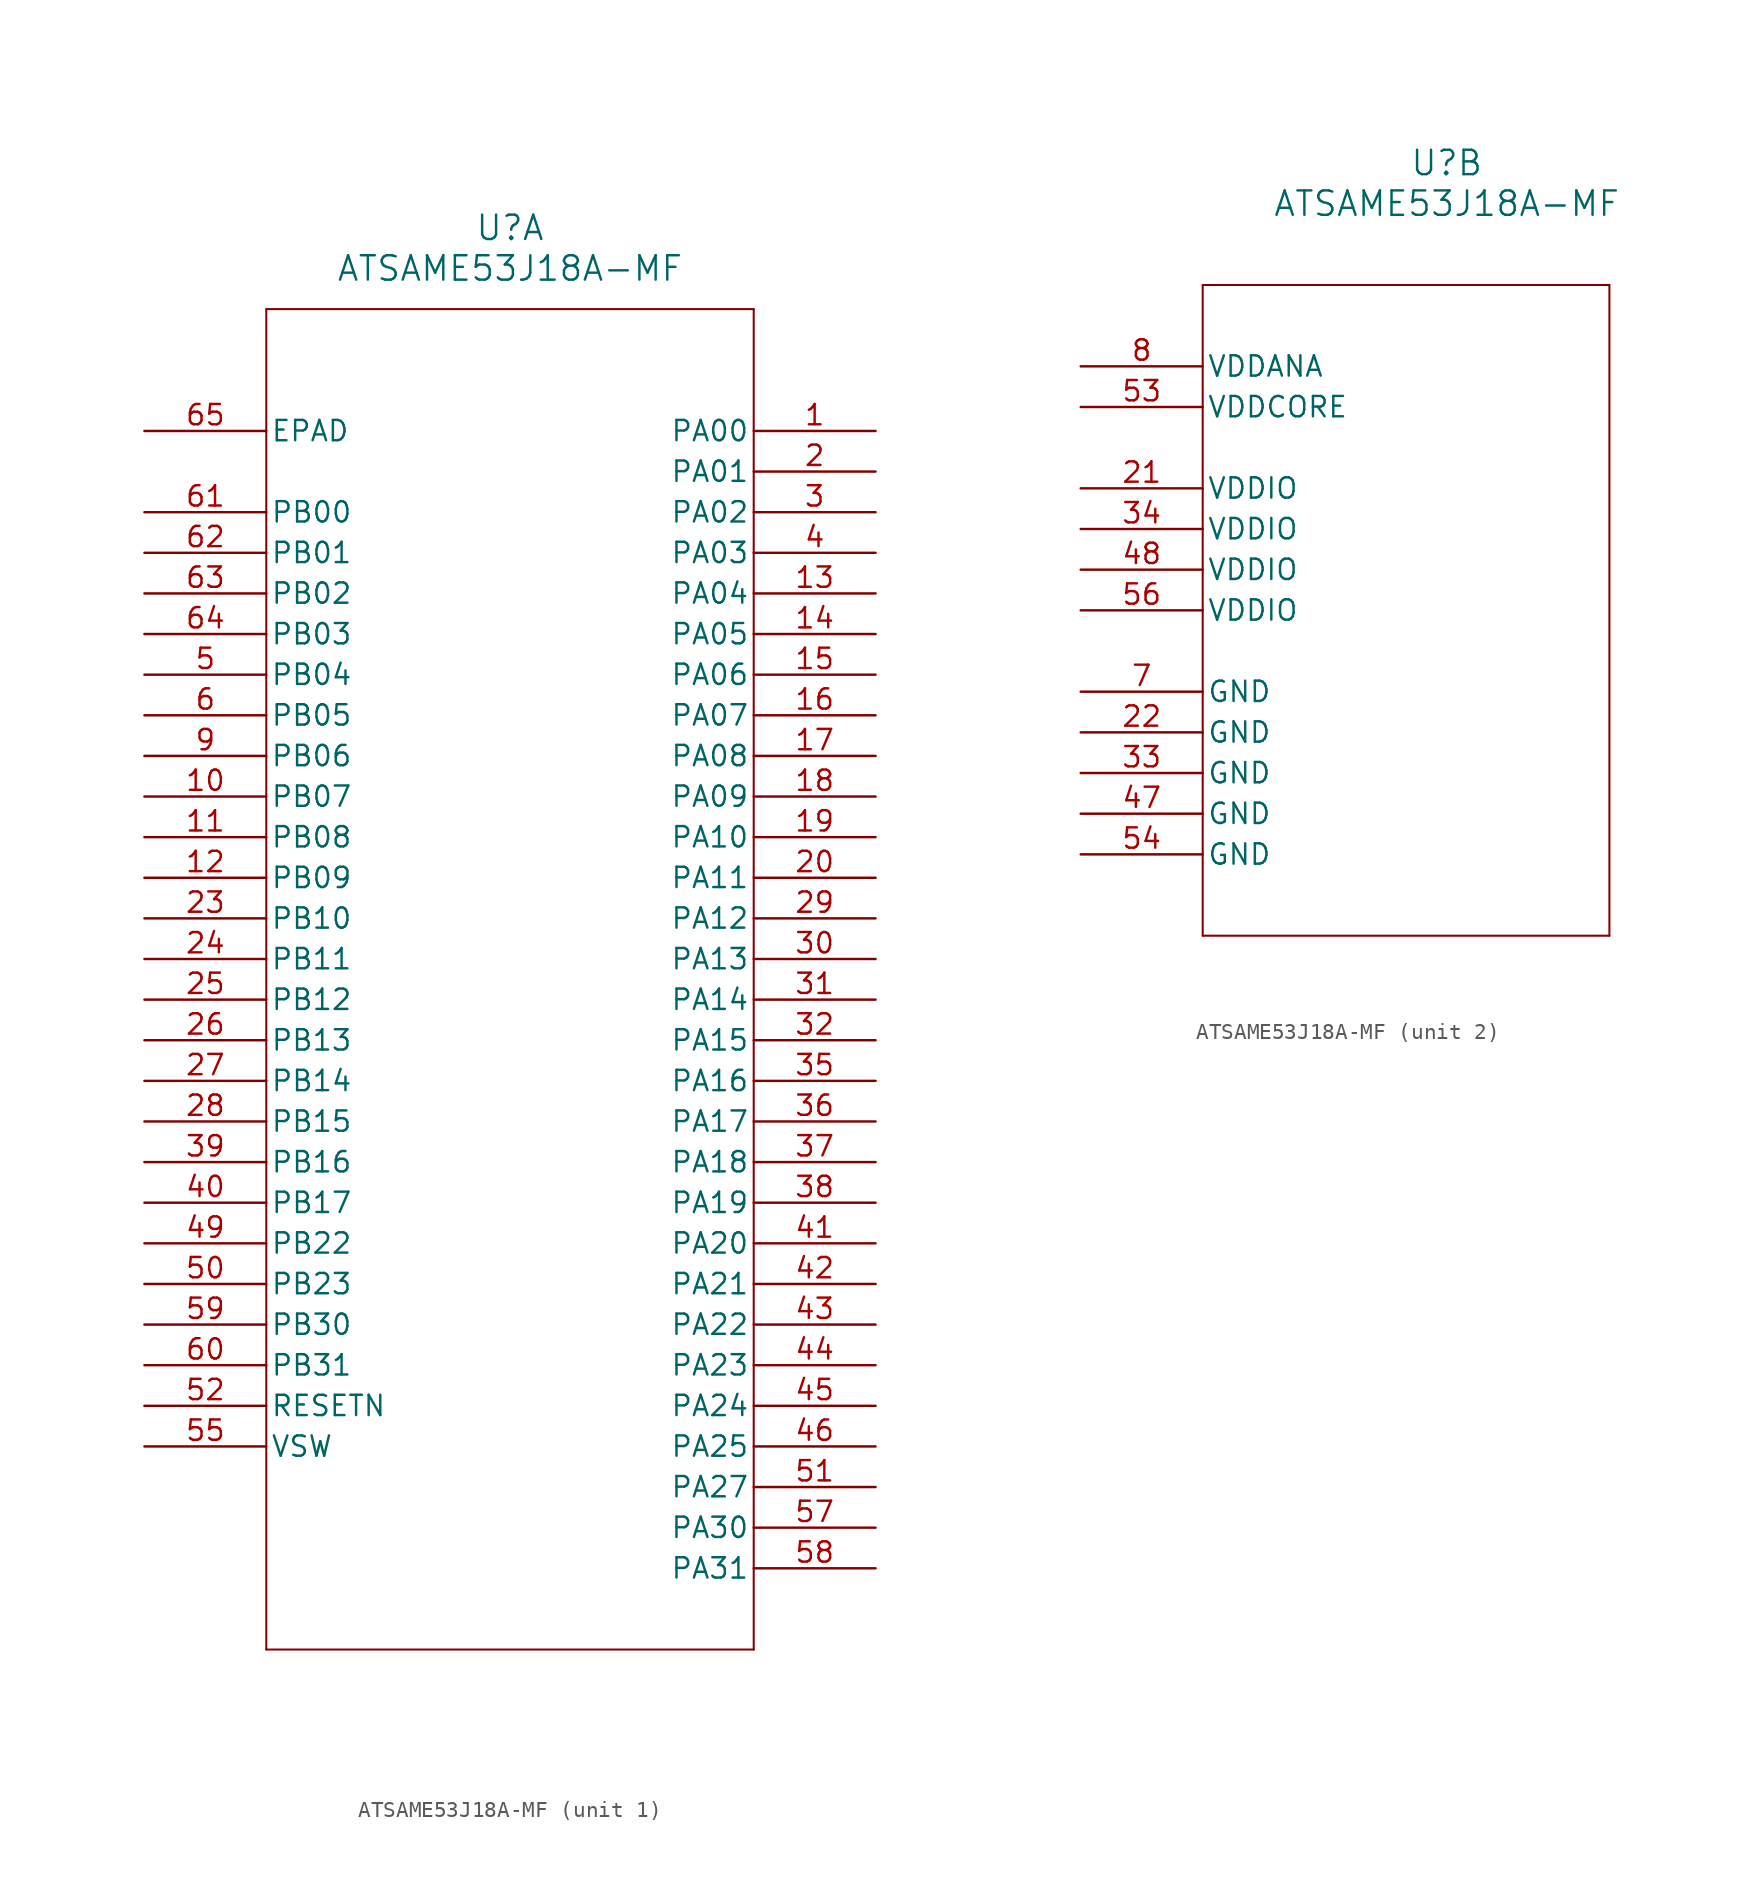
<source format=kicad_sym>
(kicad_symbol_lib
  (version 20211014)
  (generator kicad_symbol_editor)
  (symbol "ATSAME53J18A-MF"
    (pin_names
      (offset 0.254))
    (property "Reference" "U"
      (at 22.86 12.7 0)
      (effects (font (size 1.524 1.524))))
    (property "Value" "ATSAME53J18A-MF"
      (at 22.86 10.16 0)
      (effects (font (size 1.524 1.524))))
    (symbol "ATSAME53J18A-MF_1_1"
      (polyline (pts (xy 7.62 7.62) (xy 7.62 -76.2)) (stroke (width 0.127) (type default) (color 0 0 0 0)) (fill (type none)))
      (polyline (pts (xy 7.62 -76.2) (xy 38.1 -76.2)) (stroke (width 0.127) (type default) (color 0 0 0 0)) (fill (type none)))
      (polyline (pts (xy 38.1 -76.2) (xy 38.1 7.62)) (stroke (width 0.127) (type default) (color 0 0 0 0)) (fill (type none)))
      (polyline (pts (xy 38.1 7.62) (xy 7.62 7.62)) (stroke (width 0.127) (type default) (color 0 0 0 0)) (fill (type none)))
      (pin bidirectional line (at 45.72 0 180) (length 7.62) (name "PA00" (effects (font (size 1.27 1.27)))) (number "1" (effects (font (size 1.27 1.27)))))
      (pin bidirectional line (at 45.72 -2.54 180) (length 7.62) (name "PA01" (effects (font (size 1.27 1.27)))) (number "2" (effects (font (size 1.27 1.27)))))
      (pin bidirectional line (at 45.72 -5.08 180) (length 7.62) (name "PA02" (effects (font (size 1.27 1.27)))) (number "3" (effects (font (size 1.27 1.27)))))
      (pin bidirectional line (at 45.72 -7.62 180) (length 7.62) (name "PA03" (effects (font (size 1.27 1.27)))) (number "4" (effects (font (size 1.27 1.27)))))
      (pin bidirectional line (at 0 -15.24 0) (length 7.62) (name "PB04" (effects (font (size 1.27 1.27)))) (number "5" (effects (font (size 1.27 1.27)))))
      (pin bidirectional line (at 0 -17.78 0) (length 7.62) (name "PB05" (effects (font (size 1.27 1.27)))) (number "6" (effects (font (size 1.27 1.27)))))
      (pin bidirectional line (at 0 -20.32 0) (length 7.62) (name "PB06" (effects (font (size 1.27 1.27)))) (number "9" (effects (font (size 1.27 1.27)))))
      (pin bidirectional line (at 0 -22.86 0) (length 7.62) (name "PB07" (effects (font (size 1.27 1.27)))) (number "10" (effects (font (size 1.27 1.27)))))
      (pin bidirectional line (at 0 -25.4 0) (length 7.62) (name "PB08" (effects (font (size 1.27 1.27)))) (number "11" (effects (font (size 1.27 1.27)))))
      (pin bidirectional line (at 0 -27.94 0) (length 7.62) (name "PB09" (effects (font (size 1.27 1.27)))) (number "12" (effects (font (size 1.27 1.27)))))
      (pin bidirectional line (at 45.72 -10.16 180) (length 7.62) (name "PA04" (effects (font (size 1.27 1.27)))) (number "13" (effects (font (size 1.27 1.27)))))
      (pin bidirectional line (at 45.72 -12.7 180) (length 7.62) (name "PA05" (effects (font (size 1.27 1.27)))) (number "14" (effects (font (size 1.27 1.27)))))
      (pin bidirectional line (at 45.72 -15.24 180) (length 7.62) (name "PA06" (effects (font (size 1.27 1.27)))) (number "15" (effects (font (size 1.27 1.27)))))
      (pin bidirectional line (at 45.72 -17.78 180) (length 7.62) (name "PA07" (effects (font (size 1.27 1.27)))) (number "16" (effects (font (size 1.27 1.27)))))
      (pin bidirectional line (at 45.72 -20.32 180) (length 7.62) (name "PA08" (effects (font (size 1.27 1.27)))) (number "17" (effects (font (size 1.27 1.27)))))
      (pin bidirectional line (at 45.72 -22.86 180) (length 7.62) (name "PA09" (effects (font (size 1.27 1.27)))) (number "18" (effects (font (size 1.27 1.27)))))
      (pin bidirectional line (at 45.72 -25.4 180) (length 7.62) (name "PA10" (effects (font (size 1.27 1.27)))) (number "19" (effects (font (size 1.27 1.27)))))
      (pin bidirectional line (at 45.72 -27.94 180) (length 7.62) (name "PA11" (effects (font (size 1.27 1.27)))) (number "20" (effects (font (size 1.27 1.27)))))
      (pin bidirectional line (at 0 -30.48 0) (length 7.62) (name "PB10" (effects (font (size 1.27 1.27)))) (number "23" (effects (font (size 1.27 1.27)))))
      (pin bidirectional line (at 0 -33.02 0) (length 7.62) (name "PB11" (effects (font (size 1.27 1.27)))) (number "24" (effects (font (size 1.27 1.27)))))
      (pin bidirectional line (at 0 -35.56 0) (length 7.62) (name "PB12" (effects (font (size 1.27 1.27)))) (number "25" (effects (font (size 1.27 1.27)))))
      (pin bidirectional line (at 0 -38.1 0) (length 7.62) (name "PB13" (effects (font (size 1.27 1.27)))) (number "26" (effects (font (size 1.27 1.27)))))
      (pin bidirectional line (at 0 -40.64 0) (length 7.62) (name "PB14" (effects (font (size 1.27 1.27)))) (number "27" (effects (font (size 1.27 1.27)))))
      (pin bidirectional line (at 0 -43.18 0) (length 7.62) (name "PB15" (effects (font (size 1.27 1.27)))) (number "28" (effects (font (size 1.27 1.27)))))
      (pin bidirectional line (at 45.72 -30.48 180) (length 7.62) (name "PA12" (effects (font (size 1.27 1.27)))) (number "29" (effects (font (size 1.27 1.27)))))
      (pin bidirectional line (at 45.72 -33.02 180) (length 7.62) (name "PA13" (effects (font (size 1.27 1.27)))) (number "30" (effects (font (size 1.27 1.27)))))
      (pin bidirectional line (at 45.72 -35.56 180) (length 7.62) (name "PA14" (effects (font (size 1.27 1.27)))) (number "31" (effects (font (size 1.27 1.27)))))
      (pin bidirectional line (at 45.72 -38.1 180) (length 7.62) (name "PA15" (effects (font (size 1.27 1.27)))) (number "32" (effects (font (size 1.27 1.27)))))
      (pin bidirectional line (at 45.72 -40.64 180) (length 7.62) (name "PA16" (effects (font (size 1.27 1.27)))) (number "35" (effects (font (size 1.27 1.27)))))
      (pin bidirectional line (at 45.72 -43.18 180) (length 7.62) (name "PA17" (effects (font (size 1.27 1.27)))) (number "36" (effects (font (size 1.27 1.27)))))
      (pin bidirectional line (at 45.72 -45.72 180) (length 7.62) (name "PA18" (effects (font (size 1.27 1.27)))) (number "37" (effects (font (size 1.27 1.27)))))
      (pin bidirectional line (at 45.72 -48.26 180) (length 7.62) (name "PA19" (effects (font (size 1.27 1.27)))) (number "38" (effects (font (size 1.27 1.27)))))
      (pin bidirectional line (at 0 -45.72 0) (length 7.62) (name "PB16" (effects (font (size 1.27 1.27)))) (number "39" (effects (font (size 1.27 1.27)))))
      (pin bidirectional line (at 0 -48.26 0) (length 7.62) (name "PB17" (effects (font (size 1.27 1.27)))) (number "40" (effects (font (size 1.27 1.27)))))
      (pin bidirectional line (at 45.72 -50.8 180) (length 7.62) (name "PA20" (effects (font (size 1.27 1.27)))) (number "41" (effects (font (size 1.27 1.27)))))
      (pin bidirectional line (at 45.72 -53.34 180) (length 7.62) (name "PA21" (effects (font (size 1.27 1.27)))) (number "42" (effects (font (size 1.27 1.27)))))
      (pin bidirectional line (at 45.72 -55.88 180) (length 7.62) (name "PA22" (effects (font (size 1.27 1.27)))) (number "43" (effects (font (size 1.27 1.27)))))
      (pin bidirectional line (at 45.72 -58.42 180) (length 7.62) (name "PA23" (effects (font (size 1.27 1.27)))) (number "44" (effects (font (size 1.27 1.27)))))
      (pin bidirectional line (at 45.72 -60.96 180) (length 7.62) (name "PA24" (effects (font (size 1.27 1.27)))) (number "45" (effects (font (size 1.27 1.27)))))
      (pin bidirectional line (at 45.72 -63.5 180) (length 7.62) (name "PA25" (effects (font (size 1.27 1.27)))) (number "46" (effects (font (size 1.27 1.27)))))
      (pin bidirectional line (at 0 -50.8 0) (length 7.62) (name "PB22" (effects (font (size 1.27 1.27)))) (number "49" (effects (font (size 1.27 1.27)))))
      (pin bidirectional line (at 0 -53.34 0) (length 7.62) (name "PB23" (effects (font (size 1.27 1.27)))) (number "50" (effects (font (size 1.27 1.27)))))
      (pin bidirectional line (at 45.72 -66.04 180) (length 7.62) (name "PA27" (effects (font (size 1.27 1.27)))) (number "51" (effects (font (size 1.27 1.27)))))
      (pin unspecified line (at 0 -60.96 0) (length 7.62) (name "RESETN" (effects (font (size 1.27 1.27)))) (number "52" (effects (font (size 1.27 1.27)))))
      (pin unspecified line (at 0 -63.5 0) (length 7.62) (name "VSW" (effects (font (size 1.27 1.27)))) (number "55" (effects (font (size 1.27 1.27)))))
      (pin bidirectional line (at 45.72 -68.58 180) (length 7.62) (name "PA30" (effects (font (size 1.27 1.27)))) (number "57" (effects (font (size 1.27 1.27)))))
      (pin bidirectional line (at 45.72 -71.12 180) (length 7.62) (name "PA31" (effects (font (size 1.27 1.27)))) (number "58" (effects (font (size 1.27 1.27)))))
      (pin bidirectional line (at 0 -55.88 0) (length 7.62) (name "PB30" (effects (font (size 1.27 1.27)))) (number "59" (effects (font (size 1.27 1.27)))))
      (pin bidirectional line (at 0 -58.42 0) (length 7.62) (name "PB31" (effects (font (size 1.27 1.27)))) (number "60" (effects (font (size 1.27 1.27)))))
      (pin bidirectional line (at 0 -5.08 0) (length 7.62) (name "PB00" (effects (font (size 1.27 1.27)))) (number "61" (effects (font (size 1.27 1.27)))))
      (pin bidirectional line (at 0 -7.62 0) (length 7.62) (name "PB01" (effects (font (size 1.27 1.27)))) (number "62" (effects (font (size 1.27 1.27)))))
      (pin bidirectional line (at 0 -10.16 0) (length 7.62) (name "PB02" (effects (font (size 1.27 1.27)))) (number "63" (effects (font (size 1.27 1.27)))))
      (pin bidirectional line (at 0 -12.7 0) (length 7.62) (name "PB03" (effects (font (size 1.27 1.27)))) (number "64" (effects (font (size 1.27 1.27)))))
      (pin unspecified line (at 0 0 0) (length 7.62) (name "EPAD" (effects (font (size 1.27 1.27)))) (number "65" (effects (font (size 1.27 1.27))))))
    (symbol "ATSAME53J18A-MF_2_1"
      (polyline (pts (xy 7.62 5.08) (xy 7.62 -35.56)) (stroke (width 0.127) (type default) (color 0 0 0 0)) (fill (type none)))
      (polyline (pts (xy 7.62 -35.56) (xy 33.02 -35.56)) (stroke (width 0.127) (type default) (color 0 0 0 0)) (fill (type none)))
      (polyline (pts (xy 33.02 -35.56) (xy 33.02 5.08)) (stroke (width 0.127) (type default) (color 0 0 0 0)) (fill (type none)))
      (polyline (pts (xy 33.02 5.08) (xy 7.62 5.08)) (stroke (width 0.127) (type default) (color 0 0 0 0)) (fill (type none)))
      (pin power_out line (at 0 -20.32 0) (length 7.62) (name "GND" (effects (font (size 1.27 1.27)))) (number "7" (effects (font (size 1.27 1.27)))))
      (pin power_in line (at 0 0 0) (length 7.62) (name "VDDANA" (effects (font (size 1.27 1.27)))) (number "8" (effects (font (size 1.27 1.27)))))
      (pin power_in line (at 0 -7.62 0) (length 7.62) (name "VDDIO" (effects (font (size 1.27 1.27)))) (number "21" (effects (font (size 1.27 1.27)))))
      (pin power_out line (at 0 -22.86 0) (length 7.62) (name "GND" (effects (font (size 1.27 1.27)))) (number "22" (effects (font (size 1.27 1.27)))))
      (pin power_out line (at 0 -25.4 0) (length 7.62) (name "GND" (effects (font (size 1.27 1.27)))) (number "33" (effects (font (size 1.27 1.27)))))
      (pin power_in line (at 0 -10.16 0) (length 7.62) (name "VDDIO" (effects (font (size 1.27 1.27)))) (number "34" (effects (font (size 1.27 1.27)))))
      (pin power_out line (at 0 -27.94 0) (length 7.62) (name "GND" (effects (font (size 1.27 1.27)))) (number "47" (effects (font (size 1.27 1.27)))))
      (pin power_in line (at 0 -12.7 0) (length 7.62) (name "VDDIO" (effects (font (size 1.27 1.27)))) (number "48" (effects (font (size 1.27 1.27)))))
      (pin power_in line (at 0 -2.54 0) (length 7.62) (name "VDDCORE" (effects (font (size 1.27 1.27)))) (number "53" (effects (font (size 1.27 1.27)))))
      (pin power_out line (at 0 -30.48 0) (length 7.62) (name "GND" (effects (font (size 1.27 1.27)))) (number "54" (effects (font (size 1.27 1.27)))))
      (pin power_in line (at 0 -15.24 0) (length 7.62) (name "VDDIO" (effects (font (size 1.27 1.27)))) (number "56" (effects (font (size 1.27 1.27))))))))
</source>
